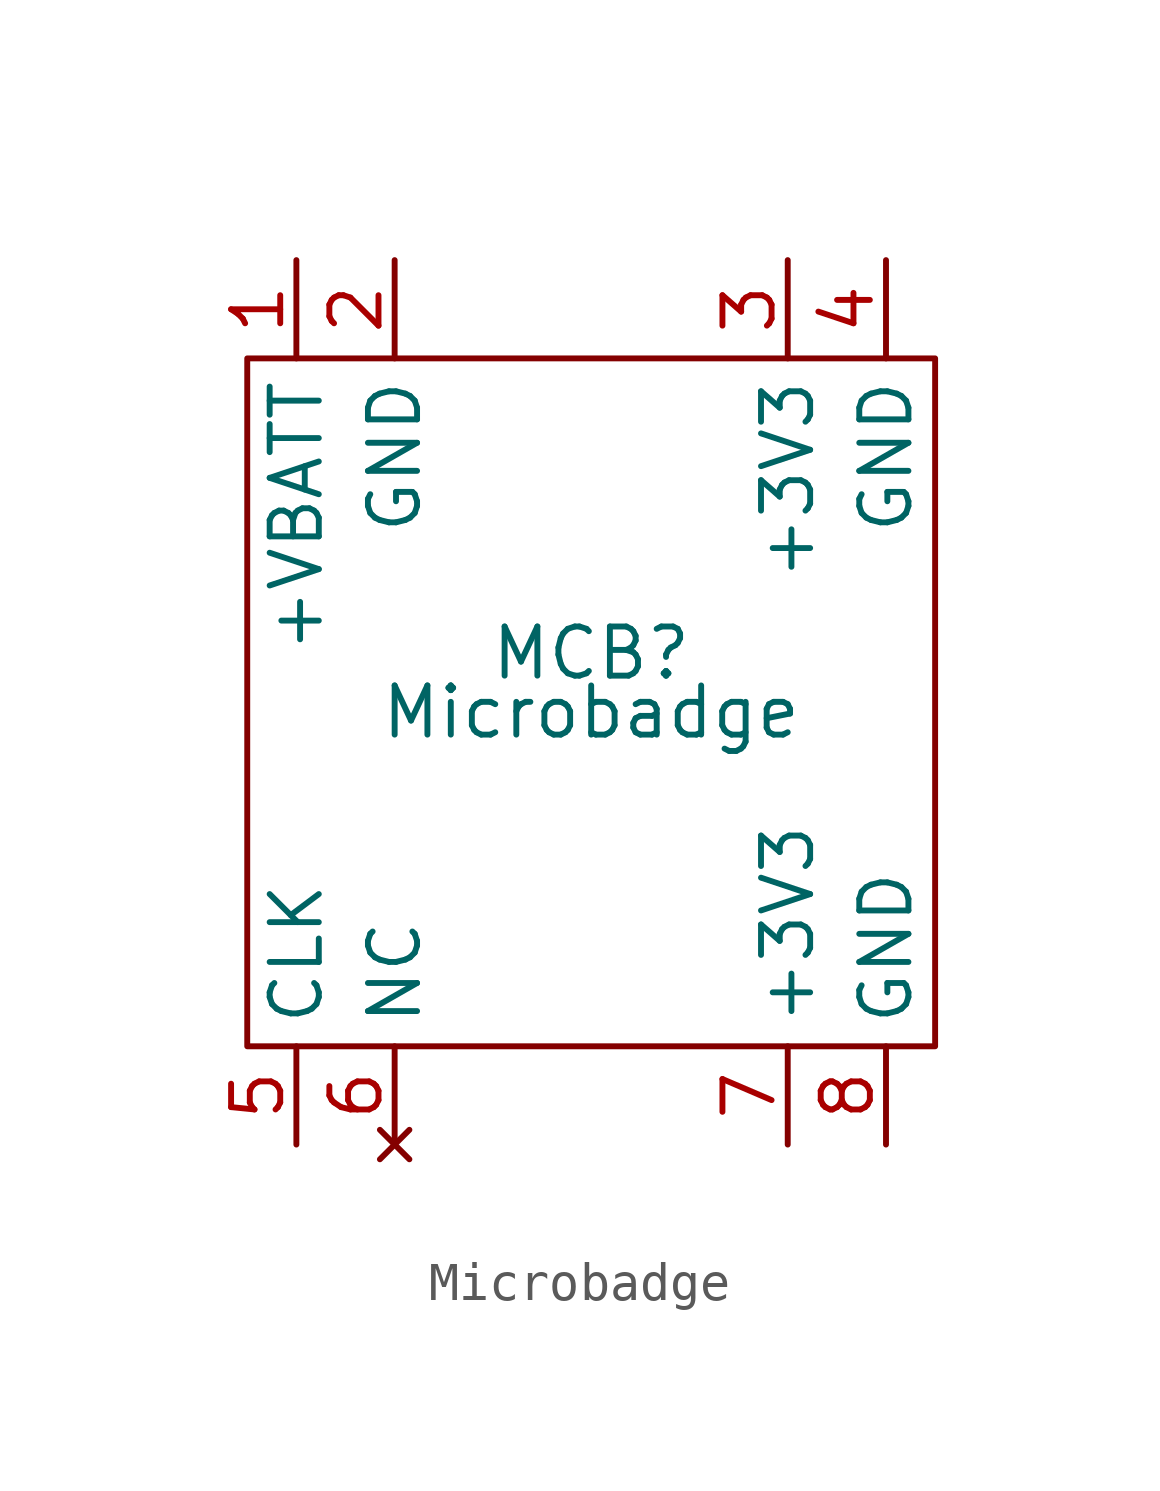
<source format=kicad_sym>
(kicad_symbol_lib
  (version 20241209)
  (generator "kicad_symbol_editor")
  (generator_version "9.0")
  (symbol "Microbadge"
    (property "Reference" "MCB"
      (at 0 1.27 0)
      (effects (font (size 1.27 1.27))))
    (property "Value" "Microbadge"
      (at 0 -0.254 0)
      (effects (font (size 1.27 1.27))))
    (symbol "Microbadge_0_1"
      (rectangle (start -8.89 8.89) (end 8.89 -8.89) (stroke (width 0) (type default)) (fill (type none))))
    (symbol "Microbadge_1_1"
      (pin output line (at -7.62 11.43 270) (length 2.54) (name "+VBATT" (effects (font (size 1.27 1.27)))) (number "1" (effects (font (size 1.27 1.27)))))
      (pin bidirectional line (at -7.62 -11.43 90) (length 2.54) (name "CLK" (effects (font (size 1.27 1.27)))) (number "5" (effects (font (size 1.27 1.27)))))
      (pin input line (at -5.08 11.43 270) (length 2.54) (name "GND" (effects (font (size 1.27 1.27)))) (number "2" (effects (font (size 1.27 1.27)))))
      (pin no_connect line (at -5.08 -11.43 90) (length 2.54) (name "NC" (effects (font (size 1.27 1.27)))) (number "6" (effects (font (size 1.27 1.27)))))
      (pin output line (at 5.08 11.43 270) (length 2.54) (name "+3V3" (effects (font (size 1.27 1.27)))) (number "3" (effects (font (size 1.27 1.27)))))
      (pin output line (at 5.08 -11.43 90) (length 2.54) (name "+3V3" (effects (font (size 1.27 1.27)))) (number "7" (effects (font (size 1.27 1.27)))))
      (pin input line (at 7.62 11.43 270) (length 2.54) (name "GND" (effects (font (size 1.27 1.27)))) (number "4" (effects (font (size 1.27 1.27)))))
      (pin input line (at 7.62 -11.43 90) (length 2.54) (name "GND" (effects (font (size 1.27 1.27)))) (number "8" (effects (font (size 1.27 1.27))))))))
</source>
